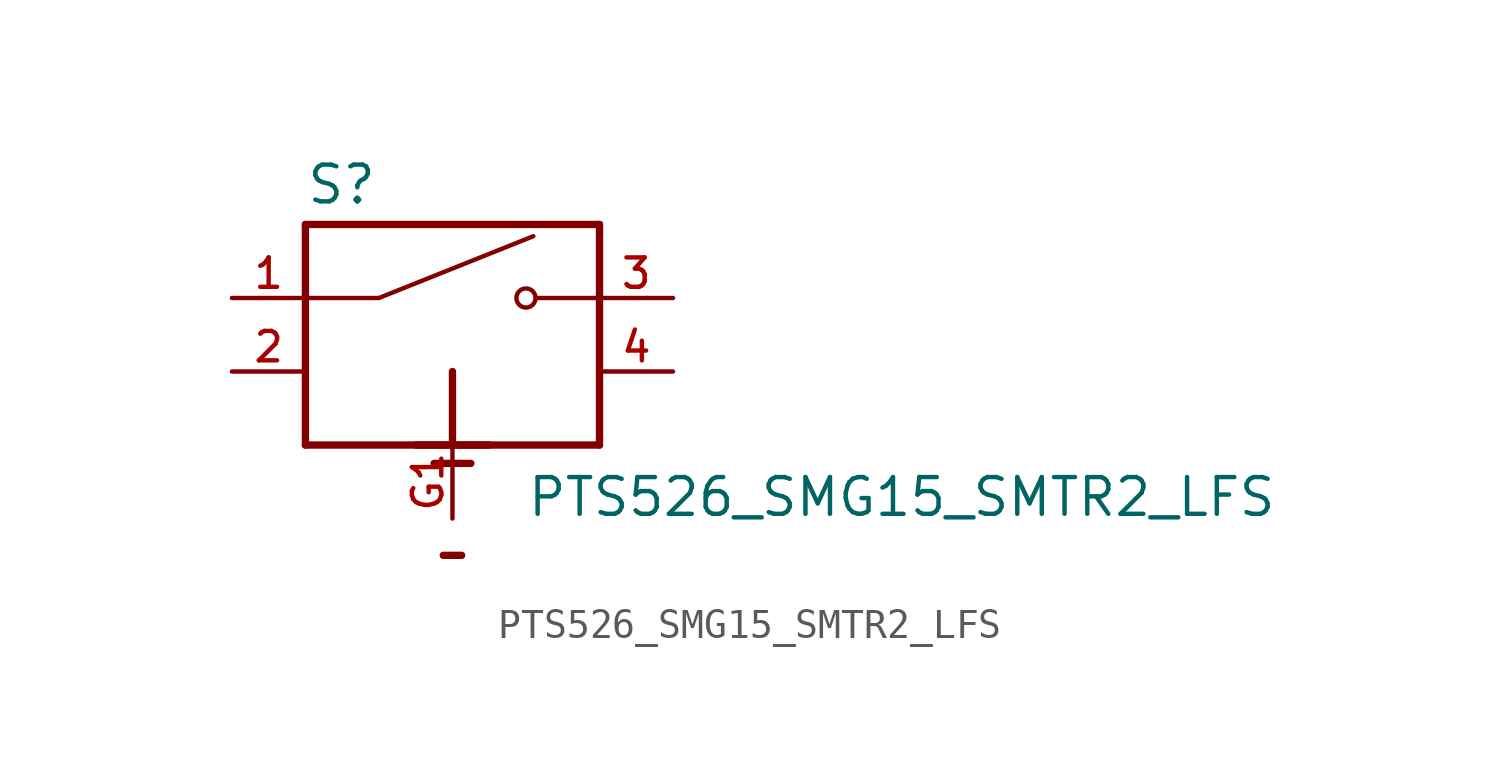
<source format=kicad_sym>
(kicad_symbol_lib
  (version 20211014)
  (generator kicad_symbol_editor)
  (symbol "PTS526_SMG15_SMTR2_LFS"
    (pin_names
      (offset 1.016))
    (property "Reference" "S"
      (at -5.08 3.175 0)
      (effects (font (size 1.27 1.27)) (justify bottom left)))
    (property "Value" "PTS526_SMG15_SMTR2_LFS"
      (at 2.54 -7.62 0)
      (effects (font (size 1.27 1.27)) (justify bottom left)))
    (symbol "PTS526_SMG15_SMTR2_LFS_0_0"
      (polyline (pts (xy -2.54 0.0) (xy 2.794 2.134)) (stroke (width 0.152)))
      (circle (center 2.54 0.0) (radius 0.33) (stroke (width 0.152)) (fill (type none)))
      (polyline (pts (xy 5.08 0.0) (xy 2.921 0.0)) (stroke (width 0.152)))
      (polyline (pts (xy -2.54 0.0) (xy -5.08 0.0)) (stroke (width 0.152)))
      (polyline (pts (xy 0.0 -2.54) (xy 0.0 -5.08)) (stroke (width 0.254)))
      (polyline (pts (xy -1.27 -5.08) (xy 1.27 -5.08)) (stroke (width 0.254)))
      (polyline (pts (xy -0.635 -5.715) (xy 0.635 -5.715)) (stroke (width 0.254)))
      (polyline (pts (xy -0.318 -8.89) (xy 0.318 -8.89)) (stroke (width 0.254)))
      (polyline (pts (xy -5.08 2.54) (xy -5.08 -5.08)) (stroke (width 0.254)))
      (polyline (pts (xy -5.08 -5.08) (xy 5.08 -5.08)) (stroke (width 0.254)))
      (polyline (pts (xy 5.08 -5.08) (xy 5.08 2.54)) (stroke (width 0.254)))
      (polyline (pts (xy 5.08 2.54) (xy -5.08 2.54)) (stroke (width 0.254)))
      (pin passive line (at -7.62 0.0 0) (length 2.54) (name "~" (effects (font (size 1.016 1.016)))) (number "1" (effects (font (size 1.016 1.016)))))
      (pin passive line (at 7.62 0.0 180.0) (length 2.54) (name "~" (effects (font (size 1.016 1.016)))) (number "3" (effects (font (size 1.016 1.016)))))
      (pin power_in line (at 0.0 -7.62 90.0) (length 2.54) (name "~" (effects (font (size 1.016 1.016)))) (number "G1" (effects (font (size 1.016 1.016)))))
      (pin passive line (at -7.62 -2.54 0) (length 2.54) (name "~" (effects (font (size 1.016 1.016)))) (number "2" (effects (font (size 1.016 1.016)))))
      (pin passive line (at 7.62 -2.54 180.0) (length 2.54) (name "~" (effects (font (size 1.016 1.016)))) (number "4" (effects (font (size 1.016 1.016))))))))
</source>
